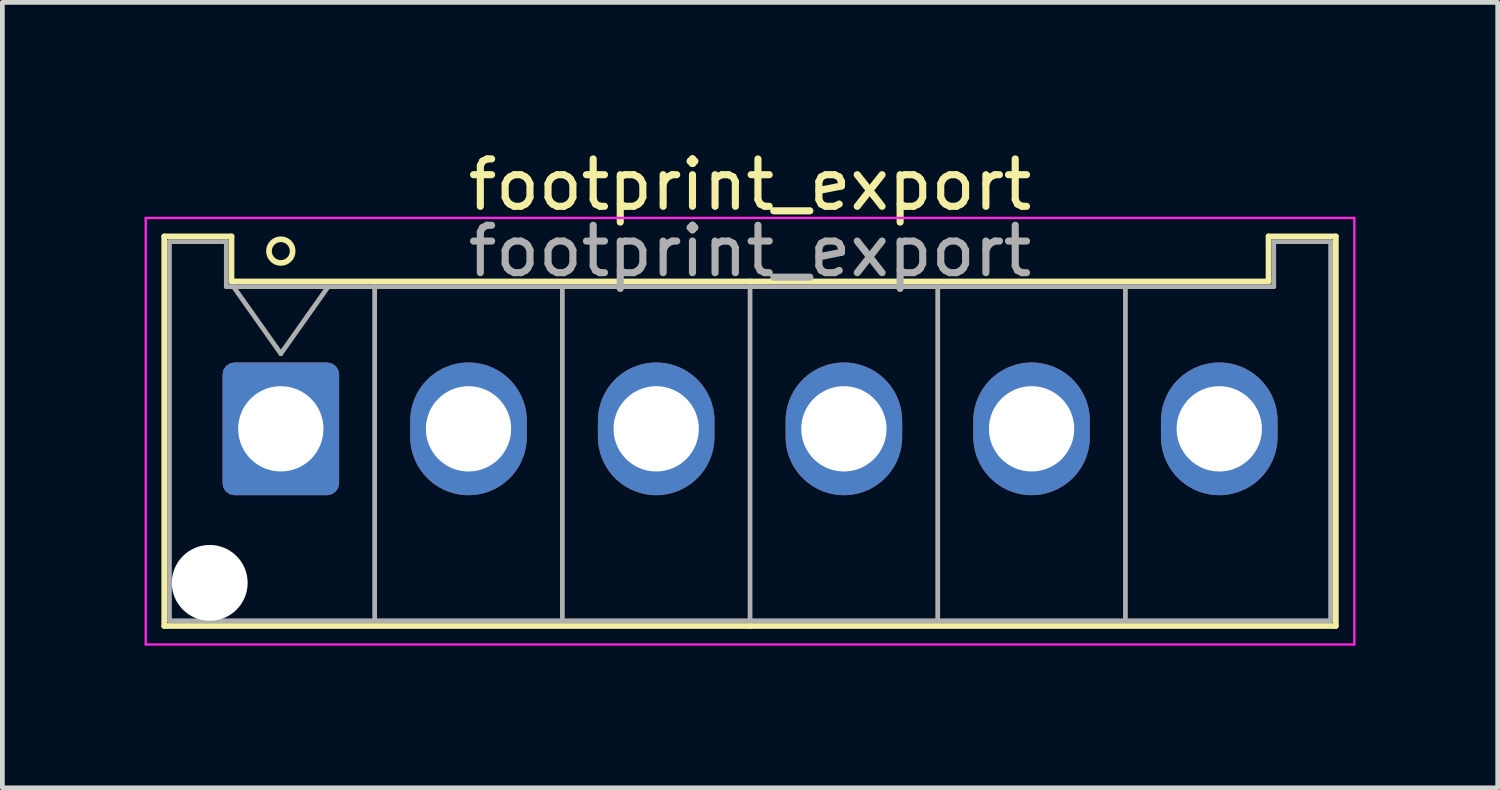
<source format=kicad_pcb>
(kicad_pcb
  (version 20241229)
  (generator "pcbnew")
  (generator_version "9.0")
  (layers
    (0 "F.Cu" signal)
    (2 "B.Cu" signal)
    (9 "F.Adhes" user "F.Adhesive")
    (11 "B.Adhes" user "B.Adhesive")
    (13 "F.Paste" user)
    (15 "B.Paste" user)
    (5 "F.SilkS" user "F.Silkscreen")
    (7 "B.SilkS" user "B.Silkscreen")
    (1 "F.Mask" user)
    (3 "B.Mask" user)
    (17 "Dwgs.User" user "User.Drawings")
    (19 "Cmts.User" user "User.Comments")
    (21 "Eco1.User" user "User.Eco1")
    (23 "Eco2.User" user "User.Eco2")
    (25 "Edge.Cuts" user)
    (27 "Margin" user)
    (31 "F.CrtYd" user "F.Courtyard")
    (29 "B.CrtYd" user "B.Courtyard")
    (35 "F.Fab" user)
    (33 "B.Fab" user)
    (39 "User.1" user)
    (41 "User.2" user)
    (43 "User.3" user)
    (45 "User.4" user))
  (footprint "footprint_export"
    (layer "F.Cu")
    (at 2.875 5.998)
    (property "Reference" "footprint_export" (at 9.9 -5.15 0) (layer "F.SilkS") (effects (font (size 1 1) (thickness 0.15))))
    (attr through_hole)
    (fp_line (start -2.46 -4.06) (end -1.04 -4.06) (stroke (width 0.12) (type solid)) (layer "F.SilkS"))
    (fp_line (start -2.46 4.16) (end -2.46 -4.06) (stroke (width 0.12) (type solid)) (layer "F.SilkS"))
    (fp_line (start -1.04 -4.06) (end -1.04 -3.11) (stroke (width 0.12) (type solid)) (layer "F.SilkS"))
    (fp_line (start -1.04 -3.11) (end 9.9 -3.11) (stroke (width 0.12) (type solid)) (layer "F.SilkS"))
    (fp_line (start 9.9 4.16) (end -2.46 4.16) (stroke (width 0.12) (type solid)) (layer "F.SilkS"))
    (fp_line (start 9.9 4.16) (end 22.26 4.16) (stroke (width 0.12) (type solid)) (layer "F.SilkS"))
    (fp_line (start 20.84 -4.06) (end 20.84 -3.11) (stroke (width 0.12) (type solid)) (layer "F.SilkS"))
    (fp_line (start 20.84 -3.11) (end 9.9 -3.11) (stroke (width 0.12) (type solid)) (layer "F.SilkS"))
    (fp_line (start 22.26 -4.06) (end 20.84 -4.06) (stroke (width 0.12) (type solid)) (layer "F.SilkS"))
    (fp_line (start 22.26 4.16) (end 22.26 -4.06) (stroke (width 0.12) (type solid)) (layer "F.SilkS"))
    (fp_circle (center 0 -3.75) (end 0.25 -3.75) (stroke (width 0.12) (type solid)) (fill no) (layer "F.SilkS"))
    (fp_line (start -2.85 -4.45) (end -2.85 4.55) (stroke (width 0.05) (type solid)) (layer "F.CrtYd"))
    (fp_line (start -2.85 4.55) (end 22.65 4.55) (stroke (width 0.05) (type solid)) (layer "F.CrtYd"))
    (fp_line (start 22.65 -4.45) (end -2.85 -4.45) (stroke (width 0.05) (type solid)) (layer "F.CrtYd"))
    (fp_line (start 22.65 4.55) (end 22.65 -4.45) (stroke (width 0.05) (type solid)) (layer "F.CrtYd"))
    (fp_line (start -2.35 -3.95) (end -1.15 -3.95) (stroke (width 0.1) (type solid)) (layer "F.Fab"))
    (fp_line (start -2.35 4.05) (end -2.35 -3.95) (stroke (width 0.1) (type solid)) (layer "F.Fab"))
    (fp_line (start -1.15 -3.95) (end -1.15 -3) (stroke (width 0.1) (type solid)) (layer "F.Fab"))
    (fp_line (start -1.15 -3) (end 9.9 -3) (stroke (width 0.1) (type solid)) (layer "F.Fab"))
    (fp_line (start -1 -3) (end 0 -1.586) (stroke (width 0.1) (type solid)) (layer "F.Fab"))
    (fp_line (start 0 -1.586) (end 1 -3) (stroke (width 0.1) (type solid)) (layer "F.Fab"))
    (fp_line (start 1.98 -3) (end 1.98 4.05) (stroke (width 0.1) (type solid)) (layer "F.Fab"))
    (fp_line (start 5.94 -3) (end 5.94 4.05) (stroke (width 0.1) (type solid)) (layer "F.Fab"))
    (fp_line (start 9.9 -3) (end 9.9 4.05) (stroke (width 0.1) (type solid)) (layer "F.Fab"))
    (fp_line (start 9.9 4.05) (end -2.35 4.05) (stroke (width 0.1) (type solid)) (layer "F.Fab"))
    (fp_line (start 9.9 4.05) (end 22.15 4.05) (stroke (width 0.1) (type solid)) (layer "F.Fab"))
    (fp_line (start 13.86 -3) (end 13.86 4.05) (stroke (width 0.1) (type solid)) (layer "F.Fab"))
    (fp_line (start 17.82 -3) (end 17.82 4.05) (stroke (width 0.1) (type solid)) (layer "F.Fab"))
    (fp_line (start 20.95 -3.95) (end 20.95 -3) (stroke (width 0.1) (type solid)) (layer "F.Fab"))
    (fp_line (start 20.95 -3) (end 9.9 -3) (stroke (width 0.1) (type solid)) (layer "F.Fab"))
    (fp_line (start 22.15 -3.95) (end 20.95 -3.95) (stroke (width 0.1) (type solid)) (layer "F.Fab"))
    (fp_line (start 22.15 4.05) (end 22.15 -3.95) (stroke (width 0.1) (type solid)) (layer "F.Fab"))
    (fp_text user "${REFERENCE}" (at 9.9 -3.75 0) (layer "F.Fab") (effects (font (size 1 1) (thickness 0.15))))
    (pad "" np_thru_hole circle (at -1.5 3.25) (size 1.6 1.6) (drill 1.6) (layers "*.Cu" "*.Mask"))
    (pad "1" thru_hole roundrect (at 0 0) (size 2.46 2.8) (drill 1.8) (layers "*.Cu" "*.Mask") (roundrect_rratio 0.102))
    (pad "2" thru_hole oval (at 3.96 0) (size 2.46 2.8) (drill 1.8) (layers "*.Cu" "*.Mask"))
    (pad "3" thru_hole oval (at 7.92 0) (size 2.46 2.8) (drill 1.8) (layers "*.Cu" "*.Mask"))
    (pad "4" thru_hole oval (at 11.88 0) (size 2.46 2.8) (drill 1.8) (layers "*.Cu" "*.Mask"))
    (pad "5" thru_hole oval (at 15.84 0) (size 2.46 2.8) (drill 1.8) (layers "*.Cu" "*.Mask"))
    (pad "6" thru_hole oval (at 19.8 0) (size 2.46 2.8) (drill 1.8) (layers "*.Cu" "*.Mask")))
  (gr_rect
    (start -3 -3)
    (end 28.55 13.573)
    (stroke (width 0.1) (type default))
    (fill no)
    (layer "Edge.Cuts")))
</source>
